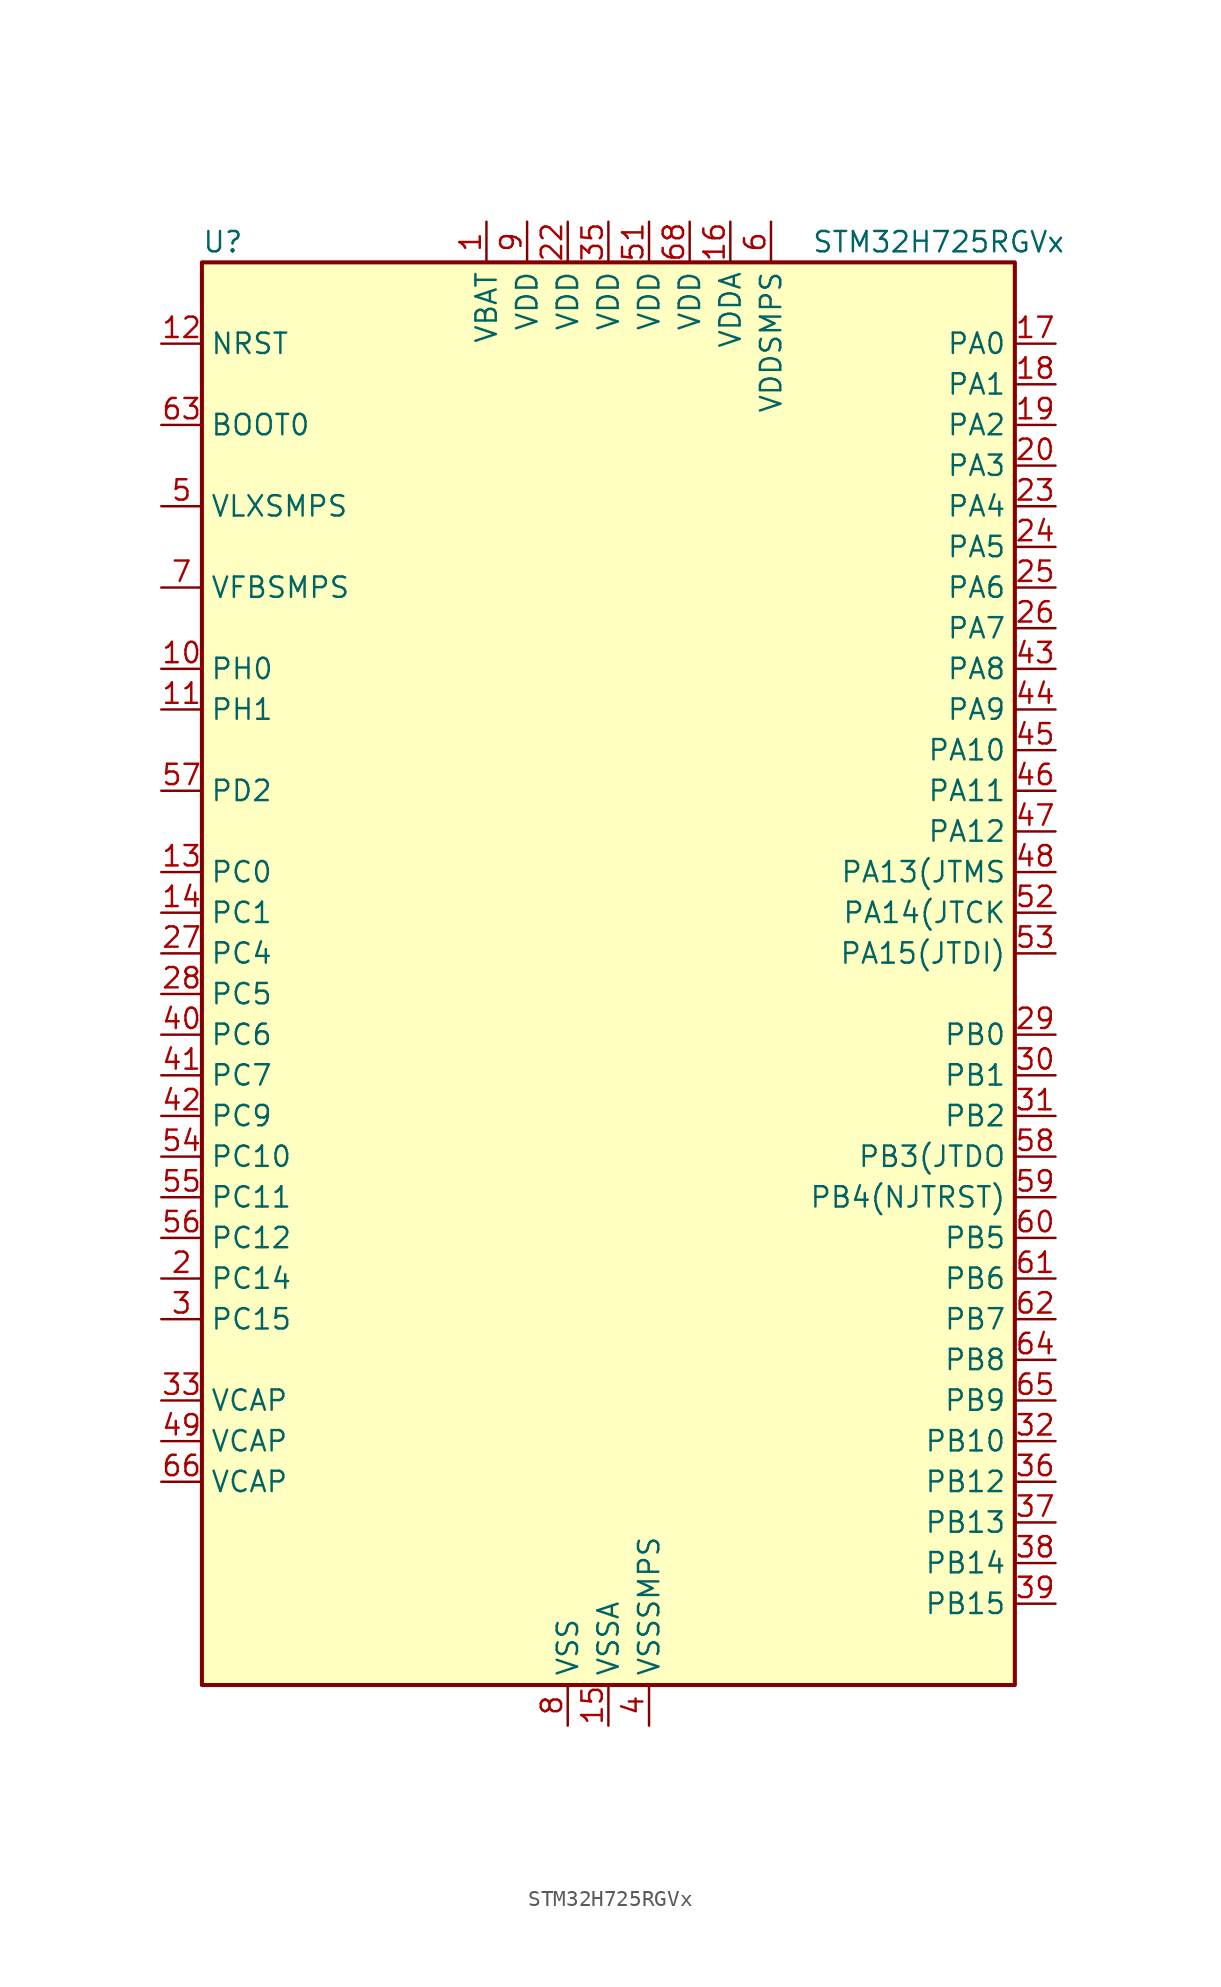
<source format=kicad_sym>
(kicad_symbol_lib
  (version 20241209)
  (generator "kicad_symbol_editor")
  (generator_version "9.0")
  (symbol "STM32H725RGVx"
    (property "Reference" "U"
      (at -25.4 46.99 0)
      (effects (font (size 1.27 1.27)) (justify left)))
    (property "Value" "STM32H725RGVx"
      (at 12.7 46.99 0)
      (effects (font (size 1.27 1.27)) (justify left)))
    (symbol "STM32H725RGVx_0_1"
      (rectangle (start -25.4 -43.18) (end 25.4 45.72) (stroke (width 0.254) (type default)) (fill (type background))))
    (symbol "STM32H725RGVx_1_1"
      (pin input line (at -27.94 40.64 0) (length 2.54) (name "NRST" (effects (font (size 1.27 1.27)))) (number "12" (effects (font (size 1.27 1.27)))))
      (pin input line (at -27.94 35.56 0) (length 2.54) (name "BOOT0" (effects (font (size 1.27 1.27)))) (number "63" (effects (font (size 1.27 1.27)))))
      (pin power_in line (at -27.94 30.48 0) (length 2.54) (name "VLXSMPS" (effects (font (size 1.27 1.27)))) (number "5" (effects (font (size 1.27 1.27)))))
      (pin input line (at -27.94 25.4 0) (length 2.54) (name "VFBSMPS" (effects (font (size 1.27 1.27)))) (number "7" (effects (font (size 1.27 1.27)))))
      (pin bidirectional line (at -27.94 20.32 0) (length 2.54) (name "PH0" (effects (font (size 1.27 1.27)))) (number "10" (effects (font (size 1.27 1.27)))) (alternate "RCC_OSC_IN" bidirectional line))
      (pin bidirectional line (at -27.94 17.78 0) (length 2.54) (name "PH1" (effects (font (size 1.27 1.27)))) (number "11" (effects (font (size 1.27 1.27)))) (alternate "RCC_OSC_OUT" bidirectional line))
      (pin bidirectional line (at -27.94 12.7 0) (length 2.54) (name "PD2" (effects (font (size 1.27 1.27)))) (number "57" (effects (font (size 1.27 1.27)))) (alternate "DCMI_D11" bidirectional line) (alternate "DEBUG_TRACED2" bidirectional line) (alternate "LTDC_B2" bidirectional line) (alternate "LTDC_B7" bidirectional line) (alternate "PSSI_D11" bidirectional line) (alternate "SDMMC1_CMD" bidirectional line) (alternate "TIM15_BKIN" bidirectional line) (alternate "TIM3_ETR" bidirectional line) (alternate "UART5_RX" bidirectional line))
      (pin bidirectional line (at -27.94 7.62 0) (length 2.54) (name "PC0" (effects (font (size 1.27 1.27)))) (number "13" (effects (font (size 1.27 1.27)))) (alternate "ADC1_INP10" bidirectional line) (alternate "ADC2_INP10" bidirectional line) (alternate "ADC3_INP10" bidirectional line) (alternate "DFSDM1_CKIN0" bidirectional line) (alternate "DFSDM1_DATIN4" bidirectional line) (alternate "LTDC_G2" bidirectional line) (alternate "LTDC_R5" bidirectional line) (alternate "SAI4_FS_B" bidirectional line) (alternate "USB_OTG_HS_ULPI_STP" bidirectional line))
      (pin bidirectional line (at -27.94 5.08 0) (length 2.54) (name "PC1" (effects (font (size 1.27 1.27)))) (number "14" (effects (font (size 1.27 1.27)))) (alternate "ADC1_INN10" bidirectional line) (alternate "ADC1_INP11" bidirectional line) (alternate "ADC2_INN10" bidirectional line) (alternate "ADC2_INP11" bidirectional line) (alternate "ADC3_INN10" bidirectional line) (alternate "ADC3_INP11" bidirectional line) (alternate "DEBUG_TRACED0" bidirectional line) (alternate "DFSDM1_CKIN4" bidirectional line) (alternate "DFSDM1_DATIN0" bidirectional line) (alternate "I2S2_SDO" bidirectional line) (alternate "LTDC_G5" bidirectional line) (alternate "MDIOS_MDC" bidirectional line) (alternate "OCTOSPIM_P1_IO4" bidirectional line) (alternate "PWR_WKUP6" bidirectional line) (alternate "RTC_TAMP3" bidirectional line) (alternate "SAI4_D1" bidirectional line) (alternate "SAI4_SD_A" bidirectional line) (alternate "SDMMC2_CK" bidirectional line) (alternate "SPI2_MOSI" bidirectional line))
      (pin bidirectional line (at -27.94 2.54 0) (length 2.54) (name "PC4" (effects (font (size 1.27 1.27)))) (number "27" (effects (font (size 1.27 1.27)))) (alternate "ADC1_INP4" bidirectional line) (alternate "ADC2_INP4" bidirectional line) (alternate "COMP1_INM" bidirectional line) (alternate "DFSDM1_CKIN2" bidirectional line) (alternate "I2S1_MCK" bidirectional line) (alternate "LTDC_R7" bidirectional line) (alternate "OPAMP1_VOUT" bidirectional line) (alternate "SDMMC2_CKIN" bidirectional line) (alternate "SPDIFRX1_IN2" bidirectional line))
      (pin bidirectional line (at -27.94 0 0) (length 2.54) (name "PC5" (effects (font (size 1.27 1.27)))) (number "28" (effects (font (size 1.27 1.27)))) (alternate "ADC1_INN4" bidirectional line) (alternate "ADC1_INP8" bidirectional line) (alternate "ADC2_INN4" bidirectional line) (alternate "ADC2_INP8" bidirectional line) (alternate "COMP1_OUT" bidirectional line) (alternate "DFSDM1_DATIN2" bidirectional line) (alternate "LTDC_DE" bidirectional line) (alternate "OCTOSPIM_P1_DQS" bidirectional line) (alternate "OPAMP1_VINM" bidirectional line) (alternate "PSSI_D15" bidirectional line) (alternate "SAI4_D3" bidirectional line) (alternate "SPDIFRX1_IN3" bidirectional line))
      (pin bidirectional line (at -27.94 -2.54 0) (length 2.54) (name "PC6" (effects (font (size 1.27 1.27)))) (number "40" (effects (font (size 1.27 1.27)))) (alternate "DCMI_D0" bidirectional line) (alternate "DFSDM1_CKIN3" bidirectional line) (alternate "I2S2_MCK" bidirectional line) (alternate "LTDC_HSYNC" bidirectional line) (alternate "PSSI_D0" bidirectional line) (alternate "SDMMC1_D0DIR" bidirectional line) (alternate "SDMMC1_D6" bidirectional line) (alternate "SDMMC2_D6" bidirectional line) (alternate "SWPMI1_IO" bidirectional line) (alternate "TIM3_CH1" bidirectional line) (alternate "TIM8_CH1" bidirectional line))
      (pin bidirectional line (at -27.94 -5.08 0) (length 2.54) (name "PC7" (effects (font (size 1.27 1.27)))) (number "41" (effects (font (size 1.27 1.27)))) (alternate "DCMI_D1" bidirectional line) (alternate "DEBUG_TRGIO" bidirectional line) (alternate "DFSDM1_DATIN3" bidirectional line) (alternate "I2S3_MCK" bidirectional line) (alternate "LTDC_G6" bidirectional line) (alternate "PSSI_D1" bidirectional line) (alternate "SDMMC1_D123DIR" bidirectional line) (alternate "SDMMC1_D7" bidirectional line) (alternate "SDMMC2_D7" bidirectional line) (alternate "SWPMI1_TX" bidirectional line) (alternate "TIM3_CH2" bidirectional line) (alternate "TIM8_CH2" bidirectional line))
      (pin bidirectional line (at -27.94 -7.62 0) (length 2.54) (name "PC9" (effects (font (size 1.27 1.27)))) (number "42" (effects (font (size 1.27 1.27)))) (alternate "DAC1_EXTI9" bidirectional line) (alternate "DCMI_D3" bidirectional line) (alternate "I2C3_SDA" bidirectional line) (alternate "I2S_CKIN" bidirectional line) (alternate "LTDC_B2" bidirectional line) (alternate "LTDC_G3" bidirectional line) (alternate "OCTOSPIM_P1_IO0" bidirectional line) (alternate "PSSI_D3" bidirectional line) (alternate "RCC_MCO_2" bidirectional line) (alternate "SDMMC1_D1" bidirectional line) (alternate "SWPMI1_SUSPEND" bidirectional line) (alternate "TIM3_CH4" bidirectional line) (alternate "TIM8_CH4" bidirectional line) (alternate "UART5_CTS" bidirectional line))
      (pin bidirectional line (at -27.94 -10.16 0) (length 2.54) (name "PC10" (effects (font (size 1.27 1.27)))) (number "54" (effects (font (size 1.27 1.27)))) (alternate "DCMI_D8" bidirectional line) (alternate "DFSDM1_CKIN5" bidirectional line) (alternate "I2S3_CK" bidirectional line) (alternate "LTDC_B1" bidirectional line) (alternate "LTDC_R2" bidirectional line) (alternate "OCTOSPIM_P1_IO1" bidirectional line) (alternate "PSSI_D8" bidirectional line) (alternate "SDMMC1_D2" bidirectional line) (alternate "SPI3_SCK" bidirectional line) (alternate "SWPMI1_RX" bidirectional line) (alternate "UART4_TX" bidirectional line) (alternate "USART3_TX" bidirectional line))
      (pin bidirectional line (at -27.94 -12.7 0) (length 2.54) (name "PC11" (effects (font (size 1.27 1.27)))) (number "55" (effects (font (size 1.27 1.27)))) (alternate "ADC1_EXTI11" bidirectional line) (alternate "ADC2_EXTI11" bidirectional line) (alternate "ADC3_EXTI11" bidirectional line) (alternate "DCMI_D4" bidirectional line) (alternate "DFSDM1_DATIN5" bidirectional line) (alternate "I2S3_SDI" bidirectional line) (alternate "LTDC_B4" bidirectional line) (alternate "OCTOSPIM_P1_NCS" bidirectional line) (alternate "PSSI_D4" bidirectional line) (alternate "SDMMC1_D3" bidirectional line) (alternate "SPI3_MISO" bidirectional line) (alternate "UART4_RX" bidirectional line) (alternate "USART3_RX" bidirectional line))
      (pin bidirectional line (at -27.94 -15.24 0) (length 2.54) (name "PC12" (effects (font (size 1.27 1.27)))) (number "56" (effects (font (size 1.27 1.27)))) (alternate "DCMI_D9" bidirectional line) (alternate "DEBUG_TRACED3" bidirectional line) (alternate "I2S3_SDO" bidirectional line) (alternate "I2S6_CK" bidirectional line) (alternate "LTDC_R6" bidirectional line) (alternate "PSSI_D9" bidirectional line) (alternate "SDMMC1_CK" bidirectional line) (alternate "SPI3_MOSI" bidirectional line) (alternate "SPI6_SCK" bidirectional line) (alternate "TIM15_CH1" bidirectional line) (alternate "UART5_TX" bidirectional line) (alternate "USART3_CK" bidirectional line))
      (pin bidirectional line (at -27.94 -17.78 0) (length 2.54) (name "PC14" (effects (font (size 1.27 1.27)))) (number "2" (effects (font (size 1.27 1.27)))) (alternate "RCC_OSC32_IN" bidirectional line))
      (pin bidirectional line (at -27.94 -20.32 0) (length 2.54) (name "PC15" (effects (font (size 1.27 1.27)))) (number "3" (effects (font (size 1.27 1.27)))) (alternate "ADC1_EXTI15" bidirectional line) (alternate "ADC2_EXTI15" bidirectional line) (alternate "ADC3_EXTI15" bidirectional line) (alternate "RCC_OSC32_OUT" bidirectional line))
      (pin power_out line (at -27.94 -25.4 0) (length 2.54) (name "VCAP" (effects (font (size 1.27 1.27)))) (number "33" (effects (font (size 1.27 1.27)))))
      (pin power_out line (at -27.94 -27.94 0) (length 2.54) (name "VCAP" (effects (font (size 1.27 1.27)))) (number "49" (effects (font (size 1.27 1.27)))))
      (pin power_out line (at -27.94 -30.48 0) (length 2.54) (name "VCAP" (effects (font (size 1.27 1.27)))) (number "66" (effects (font (size 1.27 1.27)))))
      (pin power_in line (at -7.62 48.26 270) (length 2.54) (name "VBAT" (effects (font (size 1.27 1.27)))) (number "1" (effects (font (size 1.27 1.27)))))
      (pin power_in line (at -5.08 48.26 270) (length 2.54) (name "VDD" (effects (font (size 1.27 1.27)))) (number "9" (effects (font (size 1.27 1.27)))))
      (pin power_in line (at -2.54 48.26 270) (length 2.54) (name "VDD" (effects (font (size 1.27 1.27)))) (number "22" (effects (font (size 1.27 1.27)))))
      (pin passive line (at -2.54 -45.72 90) (length 2.54) (hide yes) (name "VSS" (effects (font (size 1.27 1.27)))) (number "21" (effects (font (size 1.27 1.27)))))
      (pin passive line (at -2.54 -45.72 90) (length 2.54) (hide yes) (name "VSS" (effects (font (size 1.27 1.27)))) (number "34" (effects (font (size 1.27 1.27)))))
      (pin passive line (at -2.54 -45.72 90) (length 2.54) (hide yes) (name "VSS" (effects (font (size 1.27 1.27)))) (number "50" (effects (font (size 1.27 1.27)))))
      (pin passive line (at -2.54 -45.72 90) (length 2.54) (hide yes) (name "VSS" (effects (font (size 1.27 1.27)))) (number "67" (effects (font (size 1.27 1.27)))))
      (pin passive line (at -2.54 -45.72 90) (length 2.54) (hide yes) (name "VSS" (effects (font (size 1.27 1.27)))) (number "69" (effects (font (size 1.27 1.27)))))
      (pin power_in line (at -2.54 -45.72 90) (length 2.54) (name "VSS" (effects (font (size 1.27 1.27)))) (number "8" (effects (font (size 1.27 1.27)))))
      (pin power_in line (at 0 48.26 270) (length 2.54) (name "VDD" (effects (font (size 1.27 1.27)))) (number "35" (effects (font (size 1.27 1.27)))))
      (pin power_in line (at 0 -45.72 90) (length 2.54) (name "VSSA" (effects (font (size 1.27 1.27)))) (number "15" (effects (font (size 1.27 1.27)))))
      (pin power_in line (at 2.54 48.26 270) (length 2.54) (name "VDD" (effects (font (size 1.27 1.27)))) (number "51" (effects (font (size 1.27 1.27)))))
      (pin power_in line (at 2.54 -45.72 90) (length 2.54) (name "VSSSMPS" (effects (font (size 1.27 1.27)))) (number "4" (effects (font (size 1.27 1.27)))))
      (pin power_in line (at 5.08 48.26 270) (length 2.54) (name "VDD" (effects (font (size 1.27 1.27)))) (number "68" (effects (font (size 1.27 1.27)))))
      (pin power_in line (at 7.62 48.26 270) (length 2.54) (name "VDDA" (effects (font (size 1.27 1.27)))) (number "16" (effects (font (size 1.27 1.27)))))
      (pin power_in line (at 10.16 48.26 270) (length 2.54) (name "VDDSMPS" (effects (font (size 1.27 1.27)))) (number "6" (effects (font (size 1.27 1.27)))))
      (pin bidirectional line (at 27.94 40.64 180) (length 2.54) (name "PA0" (effects (font (size 1.27 1.27)))) (number "17" (effects (font (size 1.27 1.27)))) (alternate "ADC1_INP16" bidirectional line) (alternate "I2S6_WS" bidirectional line) (alternate "PWR_WKUP1" bidirectional line) (alternate "SAI4_SD_B" bidirectional line) (alternate "SDMMC2_CMD" bidirectional line) (alternate "SPI6_NSS" bidirectional line) (alternate "TIM15_BKIN" bidirectional line) (alternate "TIM2_CH1" bidirectional line) (alternate "TIM2_ETR" bidirectional line) (alternate "TIM5_CH1" bidirectional line) (alternate "TIM8_ETR" bidirectional line) (alternate "UART4_TX" bidirectional line) (alternate "USART2_CTS" bidirectional line) (alternate "USART2_NSS" bidirectional line))
      (pin bidirectional line (at 27.94 38.1 180) (length 2.54) (name "PA1" (effects (font (size 1.27 1.27)))) (number "18" (effects (font (size 1.27 1.27)))) (alternate "ADC1_INN16" bidirectional line) (alternate "ADC1_INP17" bidirectional line) (alternate "LPTIM3_OUT" bidirectional line) (alternate "LTDC_R2" bidirectional line) (alternate "OCTOSPIM_P1_DQS" bidirectional line) (alternate "OCTOSPIM_P1_IO3" bidirectional line) (alternate "SAI4_MCLK_B" bidirectional line) (alternate "TIM15_CH1N" bidirectional line) (alternate "TIM2_CH2" bidirectional line) (alternate "TIM5_CH2" bidirectional line) (alternate "UART4_RX" bidirectional line) (alternate "USART2_DE" bidirectional line) (alternate "USART2_RTS" bidirectional line))
      (pin bidirectional line (at 27.94 35.56 180) (length 2.54) (name "PA2" (effects (font (size 1.27 1.27)))) (number "19" (effects (font (size 1.27 1.27)))) (alternate "ADC1_INP14" bidirectional line) (alternate "ADC2_INP14" bidirectional line) (alternate "LPTIM4_OUT" bidirectional line) (alternate "LTDC_R1" bidirectional line) (alternate "MDIOS_MDIO" bidirectional line) (alternate "OCTOSPIM_P1_IO0" bidirectional line) (alternate "PWR_WKUP2" bidirectional line) (alternate "SAI4_SCK_B" bidirectional line) (alternate "TIM15_CH1" bidirectional line) (alternate "TIM2_CH3" bidirectional line) (alternate "TIM5_CH3" bidirectional line) (alternate "USART2_TX" bidirectional line))
      (pin bidirectional line (at 27.94 33.02 180) (length 2.54) (name "PA3" (effects (font (size 1.27 1.27)))) (number "20" (effects (font (size 1.27 1.27)))) (alternate "ADC1_INP15" bidirectional line) (alternate "ADC2_INP15" bidirectional line) (alternate "I2S6_MCK" bidirectional line) (alternate "LPTIM5_OUT" bidirectional line) (alternate "LTDC_B2" bidirectional line) (alternate "LTDC_B5" bidirectional line) (alternate "OCTOSPIM_P1_CLK" bidirectional line) (alternate "OCTOSPIM_P1_IO2" bidirectional line) (alternate "TIM15_CH2" bidirectional line) (alternate "TIM2_CH4" bidirectional line) (alternate "TIM5_CH4" bidirectional line) (alternate "USART2_RX" bidirectional line) (alternate "USB_OTG_HS_ULPI_D0" bidirectional line))
      (pin bidirectional line (at 27.94 30.48 180) (length 2.54) (name "PA4" (effects (font (size 1.27 1.27)))) (number "23" (effects (font (size 1.27 1.27)))) (alternate "ADC1_INP18" bidirectional line) (alternate "ADC2_INP18" bidirectional line) (alternate "DAC1_OUT1" bidirectional line) (alternate "DCMI_HSYNC" bidirectional line) (alternate "I2S1_WS" bidirectional line) (alternate "I2S3_WS" bidirectional line) (alternate "I2S6_WS" bidirectional line) (alternate "LTDC_VSYNC" bidirectional line) (alternate "PSSI_DE" bidirectional line) (alternate "SPI1_NSS" bidirectional line) (alternate "SPI3_NSS" bidirectional line) (alternate "SPI6_NSS" bidirectional line) (alternate "TIM5_ETR" bidirectional line) (alternate "USART2_CK" bidirectional line))
      (pin bidirectional line (at 27.94 27.94 180) (length 2.54) (name "PA5" (effects (font (size 1.27 1.27)))) (number "24" (effects (font (size 1.27 1.27)))) (alternate "ADC1_INN18" bidirectional line) (alternate "ADC1_INP19" bidirectional line) (alternate "ADC2_INN18" bidirectional line) (alternate "ADC2_INP19" bidirectional line) (alternate "DAC1_OUT2" bidirectional line) (alternate "I2S1_CK" bidirectional line) (alternate "I2S6_CK" bidirectional line) (alternate "LTDC_R4" bidirectional line) (alternate "PSSI_D14" bidirectional line) (alternate "PWR_NDSTOP2" bidirectional line) (alternate "SPI1_SCK" bidirectional line) (alternate "SPI6_SCK" bidirectional line) (alternate "TIM2_CH1" bidirectional line) (alternate "TIM2_ETR" bidirectional line) (alternate "TIM8_CH1N" bidirectional line) (alternate "USB_OTG_HS_ULPI_CK" bidirectional line))
      (pin bidirectional line (at 27.94 25.4 180) (length 2.54) (name "PA6" (effects (font (size 1.27 1.27)))) (number "25" (effects (font (size 1.27 1.27)))) (alternate "ADC1_INP3" bidirectional line) (alternate "ADC2_INP3" bidirectional line) (alternate "DCMI_PIXCLK" bidirectional line) (alternate "I2S1_SDI" bidirectional line) (alternate "I2S6_SDI" bidirectional line) (alternate "LTDC_G2" bidirectional line) (alternate "MDIOS_MDC" bidirectional line) (alternate "OCTOSPIM_P1_IO3" bidirectional line) (alternate "PSSI_PDCK" bidirectional line) (alternate "SPI1_MISO" bidirectional line) (alternate "SPI6_MISO" bidirectional line) (alternate "TIM13_CH1" bidirectional line) (alternate "TIM1_BKIN" bidirectional line) (alternate "TIM1_BKIN_COMP1" bidirectional line) (alternate "TIM1_BKIN_COMP2" bidirectional line) (alternate "TIM3_CH1" bidirectional line) (alternate "TIM8_BKIN" bidirectional line) (alternate "TIM8_BKIN_COMP1" bidirectional line) (alternate "TIM8_BKIN_COMP2" bidirectional line))
      (pin bidirectional line (at 27.94 22.86 180) (length 2.54) (name "PA7" (effects (font (size 1.27 1.27)))) (number "26" (effects (font (size 1.27 1.27)))) (alternate "ADC1_INN3" bidirectional line) (alternate "ADC1_INP7" bidirectional line) (alternate "ADC2_INN3" bidirectional line) (alternate "ADC2_INP7" bidirectional line) (alternate "I2S1_SDO" bidirectional line) (alternate "I2S6_SDO" bidirectional line) (alternate "LTDC_VSYNC" bidirectional line) (alternate "OCTOSPIM_P1_IO2" bidirectional line) (alternate "OPAMP1_VINM" bidirectional line) (alternate "SPI1_MOSI" bidirectional line) (alternate "SPI6_MOSI" bidirectional line) (alternate "TIM14_CH1" bidirectional line) (alternate "TIM1_CH1N" bidirectional line) (alternate "TIM3_CH2" bidirectional line) (alternate "TIM8_CH1N" bidirectional line))
      (pin bidirectional line (at 27.94 20.32 180) (length 2.54) (name "PA8" (effects (font (size 1.27 1.27)))) (number "43" (effects (font (size 1.27 1.27)))) (alternate "I2C3_SCL" bidirectional line) (alternate "LTDC_B3" bidirectional line) (alternate "LTDC_R6" bidirectional line) (alternate "RCC_MCO_1" bidirectional line) (alternate "TIM1_CH1" bidirectional line) (alternate "TIM8_BKIN2" bidirectional line) (alternate "TIM8_BKIN2_COMP1" bidirectional line) (alternate "TIM8_BKIN2_COMP2" bidirectional line) (alternate "UART7_RX" bidirectional line) (alternate "USART1_CK" bidirectional line) (alternate "USB_OTG_HS_SOF" bidirectional line))
      (pin bidirectional line (at 27.94 17.78 180) (length 2.54) (name "PA9" (effects (font (size 1.27 1.27)))) (number "44" (effects (font (size 1.27 1.27)))) (alternate "DAC1_EXTI9" bidirectional line) (alternate "DCMI_D0" bidirectional line) (alternate "I2C3_SMBA" bidirectional line) (alternate "I2S2_CK" bidirectional line) (alternate "LPUART1_TX" bidirectional line) (alternate "LTDC_R5" bidirectional line) (alternate "PSSI_D0" bidirectional line) (alternate "SPI2_SCK" bidirectional line) (alternate "TIM1_CH2" bidirectional line) (alternate "USART1_TX" bidirectional line) (alternate "USB_OTG_HS_VBUS" bidirectional line))
      (pin bidirectional line (at 27.94 15.24 180) (length 2.54) (name "PA10" (effects (font (size 1.27 1.27)))) (number "45" (effects (font (size 1.27 1.27)))) (alternate "DCMI_D1" bidirectional line) (alternate "LPUART1_RX" bidirectional line) (alternate "LTDC_B1" bidirectional line) (alternate "LTDC_B4" bidirectional line) (alternate "MDIOS_MDIO" bidirectional line) (alternate "PSSI_D1" bidirectional line) (alternate "TIM1_CH3" bidirectional line) (alternate "USART1_RX" bidirectional line) (alternate "USB_OTG_HS_ID" bidirectional line))
      (pin bidirectional line (at 27.94 12.7 180) (length 2.54) (name "PA11" (effects (font (size 1.27 1.27)))) (number "46" (effects (font (size 1.27 1.27)))) (alternate "ADC1_EXTI11" bidirectional line) (alternate "ADC2_EXTI11" bidirectional line) (alternate "ADC3_EXTI11" bidirectional line) (alternate "FDCAN1_RX" bidirectional line) (alternate "I2S2_WS" bidirectional line) (alternate "LPUART1_CTS" bidirectional line) (alternate "LTDC_R4" bidirectional line) (alternate "SPI2_NSS" bidirectional line) (alternate "TIM1_CH4" bidirectional line) (alternate "UART4_RX" bidirectional line) (alternate "USART1_CTS" bidirectional line) (alternate "USART1_NSS" bidirectional line) (alternate "USB_OTG_HS_DM" bidirectional line))
      (pin bidirectional line (at 27.94 10.16 180) (length 2.54) (name "PA12" (effects (font (size 1.27 1.27)))) (number "47" (effects (font (size 1.27 1.27)))) (alternate "FDCAN1_TX" bidirectional line) (alternate "I2S2_CK" bidirectional line) (alternate "LPUART1_DE" bidirectional line) (alternate "LPUART1_RTS" bidirectional line) (alternate "LTDC_R5" bidirectional line) (alternate "SAI4_FS_B" bidirectional line) (alternate "SPI2_SCK" bidirectional line) (alternate "TIM1_BKIN2" bidirectional line) (alternate "TIM1_ETR" bidirectional line) (alternate "UART4_TX" bidirectional line) (alternate "USART1_DE" bidirectional line) (alternate "USART1_RTS" bidirectional line) (alternate "USB_OTG_HS_DP" bidirectional line))
      (pin bidirectional line (at 27.94 7.62 180) (length 2.54) (name "PA13(JTMS" (effects (font (size 1.27 1.27)))) (number "48" (effects (font (size 1.27 1.27)))) (alternate "DEBUG_JTMS-SWDIO" bidirectional line))
      (pin bidirectional line (at 27.94 5.08 180) (length 2.54) (name "PA14(JTCK" (effects (font (size 1.27 1.27)))) (number "52" (effects (font (size 1.27 1.27)))) (alternate "DEBUG_JTCK-SWCLK" bidirectional line))
      (pin bidirectional line (at 27.94 2.54 180) (length 2.54) (name "PA15(JTDI)" (effects (font (size 1.27 1.27)))) (number "53" (effects (font (size 1.27 1.27)))) (alternate "ADC1_EXTI15" bidirectional line) (alternate "ADC2_EXTI15" bidirectional line) (alternate "ADC3_EXTI15" bidirectional line) (alternate "CEC" bidirectional line) (alternate "DEBUG_JTDI" bidirectional line) (alternate "I2S1_WS" bidirectional line) (alternate "I2S3_WS" bidirectional line) (alternate "I2S6_WS" bidirectional line) (alternate "LTDC_B6" bidirectional line) (alternate "LTDC_R3" bidirectional line) (alternate "SPI1_NSS" bidirectional line) (alternate "SPI3_NSS" bidirectional line) (alternate "SPI6_NSS" bidirectional line) (alternate "TIM2_CH1" bidirectional line) (alternate "TIM2_ETR" bidirectional line) (alternate "UART4_DE" bidirectional line) (alternate "UART4_RTS" bidirectional line) (alternate "UART7_TX" bidirectional line))
      (pin bidirectional line (at 27.94 -2.54 180) (length 2.54) (name "PB0" (effects (font (size 1.27 1.27)))) (number "29" (effects (font (size 1.27 1.27)))) (alternate "ADC1_INN5" bidirectional line) (alternate "ADC1_INP9" bidirectional line) (alternate "ADC2_INN5" bidirectional line) (alternate "ADC2_INP9" bidirectional line) (alternate "COMP1_INP" bidirectional line) (alternate "DFSDM1_CKOUT" bidirectional line) (alternate "LTDC_G1" bidirectional line) (alternate "LTDC_R3" bidirectional line) (alternate "OCTOSPIM_P1_IO1" bidirectional line) (alternate "OPAMP1_VINP" bidirectional line) (alternate "TIM1_CH2N" bidirectional line) (alternate "TIM3_CH3" bidirectional line) (alternate "TIM8_CH2N" bidirectional line) (alternate "UART4_CTS" bidirectional line) (alternate "USB_OTG_HS_ULPI_D1" bidirectional line))
      (pin bidirectional line (at 27.94 -5.08 180) (length 2.54) (name "PB1" (effects (font (size 1.27 1.27)))) (number "30" (effects (font (size 1.27 1.27)))) (alternate "ADC1_INP5" bidirectional line) (alternate "ADC2_INP5" bidirectional line) (alternate "COMP1_INM" bidirectional line) (alternate "DFSDM1_DATIN1" bidirectional line) (alternate "LTDC_G0" bidirectional line) (alternate "LTDC_R6" bidirectional line) (alternate "OCTOSPIM_P1_IO0" bidirectional line) (alternate "TIM1_CH3N" bidirectional line) (alternate "TIM3_CH4" bidirectional line) (alternate "TIM8_CH3N" bidirectional line) (alternate "USB_OTG_HS_ULPI_D2" bidirectional line))
      (pin bidirectional line (at 27.94 -7.62 180) (length 2.54) (name "PB2" (effects (font (size 1.27 1.27)))) (number "31" (effects (font (size 1.27 1.27)))) (alternate "COMP1_INP" bidirectional line) (alternate "DFSDM1_CKIN1" bidirectional line) (alternate "I2S3_SDO" bidirectional line) (alternate "OCTOSPIM_P1_CLK" bidirectional line) (alternate "OCTOSPIM_P1_DQS" bidirectional line) (alternate "RTC_OUT_ALARM" bidirectional line) (alternate "RTC_OUT_CALIB" bidirectional line) (alternate "SAI4_D1" bidirectional line) (alternate "SAI4_SD_A" bidirectional line) (alternate "SPI3_MOSI" bidirectional line) (alternate "TIM23_ETR" bidirectional line))
      (pin bidirectional line (at 27.94 -10.16 180) (length 2.54) (name "PB3(JTDO" (effects (font (size 1.27 1.27)))) (number "58" (effects (font (size 1.27 1.27)))) (alternate "CRS_SYNC" bidirectional line) (alternate "DEBUG_JTDO-SWO" bidirectional line) (alternate "I2S1_CK" bidirectional line) (alternate "I2S3_CK" bidirectional line) (alternate "I2S6_CK" bidirectional line) (alternate "SDMMC2_D2" bidirectional line) (alternate "SPI1_SCK" bidirectional line) (alternate "SPI3_SCK" bidirectional line) (alternate "SPI6_SCK" bidirectional line) (alternate "TIM24_ETR" bidirectional line) (alternate "TIM2_CH2" bidirectional line) (alternate "UART7_RX" bidirectional line))
      (pin bidirectional line (at 27.94 -12.7 180) (length 2.54) (name "PB4(NJTRST)" (effects (font (size 1.27 1.27)))) (number "59" (effects (font (size 1.27 1.27)))) (alternate "DEBUG_JTRST" bidirectional line) (alternate "I2S1_SDI" bidirectional line) (alternate "I2S2_WS" bidirectional line) (alternate "I2S3_SDI" bidirectional line) (alternate "I2S6_SDI" bidirectional line) (alternate "SDMMC2_D3" bidirectional line) (alternate "SPI1_MISO" bidirectional line) (alternate "SPI2_NSS" bidirectional line) (alternate "SPI3_MISO" bidirectional line) (alternate "SPI6_MISO" bidirectional line) (alternate "TIM16_BKIN" bidirectional line) (alternate "TIM3_CH1" bidirectional line) (alternate "UART7_TX" bidirectional line))
      (pin bidirectional line (at 27.94 -15.24 180) (length 2.54) (name "PB5" (effects (font (size 1.27 1.27)))) (number "60" (effects (font (size 1.27 1.27)))) (alternate "DCMI_D10" bidirectional line) (alternate "FDCAN2_RX" bidirectional line) (alternate "I2C1_SMBA" bidirectional line) (alternate "I2C4_SMBA" bidirectional line) (alternate "I2S1_SDO" bidirectional line) (alternate "I2S3_SDO" bidirectional line) (alternate "I2S6_SDO" bidirectional line) (alternate "LTDC_B5" bidirectional line) (alternate "PSSI_D10" bidirectional line) (alternate "SPI1_MOSI" bidirectional line) (alternate "SPI3_MOSI" bidirectional line) (alternate "SPI6_MOSI" bidirectional line) (alternate "TIM17_BKIN" bidirectional line) (alternate "TIM3_CH2" bidirectional line) (alternate "UART5_RX" bidirectional line) (alternate "USB_OTG_HS_ULPI_D7" bidirectional line))
      (pin bidirectional line (at 27.94 -17.78 180) (length 2.54) (name "PB6" (effects (font (size 1.27 1.27)))) (number "61" (effects (font (size 1.27 1.27)))) (alternate "CEC" bidirectional line) (alternate "DCMI_D5" bidirectional line) (alternate "DFSDM1_DATIN5" bidirectional line) (alternate "FDCAN2_TX" bidirectional line) (alternate "I2C1_SCL" bidirectional line) (alternate "I2C4_SCL" bidirectional line) (alternate "LPUART1_TX" bidirectional line) (alternate "OCTOSPIM_P1_NCS" bidirectional line) (alternate "PSSI_D5" bidirectional line) (alternate "TIM16_CH1N" bidirectional line) (alternate "TIM4_CH1" bidirectional line) (alternate "UART5_TX" bidirectional line) (alternate "USART1_TX" bidirectional line))
      (pin bidirectional line (at 27.94 -20.32 180) (length 2.54) (name "PB7" (effects (font (size 1.27 1.27)))) (number "62" (effects (font (size 1.27 1.27)))) (alternate "DCMI_VSYNC" bidirectional line) (alternate "DFSDM1_CKIN5" bidirectional line) (alternate "I2C1_SDA" bidirectional line) (alternate "I2C4_SDA" bidirectional line) (alternate "LPUART1_RX" bidirectional line) (alternate "PSSI_RDY" bidirectional line) (alternate "PWR_PVD_IN" bidirectional line) (alternate "TIM17_CH1N" bidirectional line) (alternate "TIM4_CH2" bidirectional line) (alternate "USART1_RX" bidirectional line))
      (pin bidirectional line (at 27.94 -22.86 180) (length 2.54) (name "PB8" (effects (font (size 1.27 1.27)))) (number "64" (effects (font (size 1.27 1.27)))) (alternate "DCMI_D6" bidirectional line) (alternate "DFSDM1_CKIN7" bidirectional line) (alternate "FDCAN1_RX" bidirectional line) (alternate "I2C1_SCL" bidirectional line) (alternate "I2C4_SCL" bidirectional line) (alternate "LTDC_B6" bidirectional line) (alternate "PSSI_D6" bidirectional line) (alternate "SDMMC1_CKIN" bidirectional line) (alternate "SDMMC1_D4" bidirectional line) (alternate "SDMMC2_D4" bidirectional line) (alternate "TIM16_CH1" bidirectional line) (alternate "TIM4_CH3" bidirectional line) (alternate "UART4_RX" bidirectional line))
      (pin bidirectional line (at 27.94 -25.4 180) (length 2.54) (name "PB9" (effects (font (size 1.27 1.27)))) (number "65" (effects (font (size 1.27 1.27)))) (alternate "DAC1_EXTI9" bidirectional line) (alternate "DCMI_D7" bidirectional line) (alternate "DFSDM1_DATIN7" bidirectional line) (alternate "FDCAN1_TX" bidirectional line) (alternate "I2C1_SDA" bidirectional line) (alternate "I2C4_SDA" bidirectional line) (alternate "I2C4_SMBA" bidirectional line) (alternate "I2S2_WS" bidirectional line) (alternate "LTDC_B7" bidirectional line) (alternate "PSSI_D7" bidirectional line) (alternate "SDMMC1_CDIR" bidirectional line) (alternate "SDMMC1_D5" bidirectional line) (alternate "SDMMC2_D5" bidirectional line) (alternate "SPI2_NSS" bidirectional line) (alternate "TIM17_CH1" bidirectional line) (alternate "TIM4_CH4" bidirectional line) (alternate "UART4_TX" bidirectional line))
      (pin bidirectional line (at 27.94 -27.94 180) (length 2.54) (name "PB10" (effects (font (size 1.27 1.27)))) (number "32" (effects (font (size 1.27 1.27)))) (alternate "DFSDM1_DATIN7" bidirectional line) (alternate "I2C2_SCL" bidirectional line) (alternate "I2S2_CK" bidirectional line) (alternate "LPTIM2_IN1" bidirectional line) (alternate "LTDC_G4" bidirectional line) (alternate "OCTOSPIM_P1_NCS" bidirectional line) (alternate "SPI2_SCK" bidirectional line) (alternate "TIM2_CH3" bidirectional line) (alternate "USART3_TX" bidirectional line) (alternate "USB_OTG_HS_ULPI_D3" bidirectional line))
      (pin bidirectional line (at 27.94 -30.48 180) (length 2.54) (name "PB12" (effects (font (size 1.27 1.27)))) (number "36" (effects (font (size 1.27 1.27)))) (alternate "DFSDM1_DATIN1" bidirectional line) (alternate "FDCAN2_RX" bidirectional line) (alternate "I2C2_SMBA" bidirectional line) (alternate "I2S2_WS" bidirectional line) (alternate "OCTOSPIM_P1_IO0" bidirectional line) (alternate "OCTOSPIM_P1_NCLK" bidirectional line) (alternate "SPI2_NSS" bidirectional line) (alternate "TIM1_BKIN" bidirectional line) (alternate "TIM1_BKIN_COMP1" bidirectional line) (alternate "TIM1_BKIN_COMP2" bidirectional line) (alternate "UART5_RX" bidirectional line) (alternate "USART3_CK" bidirectional line) (alternate "USB_OTG_HS_ULPI_D5" bidirectional line))
      (pin bidirectional line (at 27.94 -33.02 180) (length 2.54) (name "PB13" (effects (font (size 1.27 1.27)))) (number "37" (effects (font (size 1.27 1.27)))) (alternate "DCMI_D2" bidirectional line) (alternate "DFSDM1_CKIN1" bidirectional line) (alternate "FDCAN2_TX" bidirectional line) (alternate "I2S2_CK" bidirectional line) (alternate "LPTIM2_OUT" bidirectional line) (alternate "OCTOSPIM_P1_IO2" bidirectional line) (alternate "PSSI_D2" bidirectional line) (alternate "SDMMC1_D0" bidirectional line) (alternate "SPI2_SCK" bidirectional line) (alternate "TIM1_CH1N" bidirectional line) (alternate "UART5_TX" bidirectional line) (alternate "USART3_CTS" bidirectional line) (alternate "USART3_NSS" bidirectional line) (alternate "USB_OTG_HS_ULPI_D6" bidirectional line))
      (pin bidirectional line (at 27.94 -35.56 180) (length 2.54) (name "PB14" (effects (font (size 1.27 1.27)))) (number "38" (effects (font (size 1.27 1.27)))) (alternate "DFSDM1_DATIN2" bidirectional line) (alternate "I2S2_SDI" bidirectional line) (alternate "LTDC_CLK" bidirectional line) (alternate "SDMMC2_D0" bidirectional line) (alternate "SPI2_MISO" bidirectional line) (alternate "TIM12_CH1" bidirectional line) (alternate "TIM1_CH2N" bidirectional line) (alternate "TIM8_CH2N" bidirectional line) (alternate "UART4_DE" bidirectional line) (alternate "UART4_RTS" bidirectional line) (alternate "USART1_TX" bidirectional line) (alternate "USART3_DE" bidirectional line) (alternate "USART3_RTS" bidirectional line))
      (pin bidirectional line (at 27.94 -38.1 180) (length 2.54) (name "PB15" (effects (font (size 1.27 1.27)))) (number "39" (effects (font (size 1.27 1.27)))) (alternate "ADC1_EXTI15" bidirectional line) (alternate "ADC2_EXTI15" bidirectional line) (alternate "ADC3_EXTI15" bidirectional line) (alternate "DFSDM1_CKIN2" bidirectional line) (alternate "I2S2_SDO" bidirectional line) (alternate "LTDC_G7" bidirectional line) (alternate "RTC_REFIN" bidirectional line) (alternate "SDMMC2_D1" bidirectional line) (alternate "SPI2_MOSI" bidirectional line) (alternate "TIM12_CH2" bidirectional line) (alternate "TIM1_CH3N" bidirectional line) (alternate "TIM8_CH3N" bidirectional line) (alternate "UART4_CTS" bidirectional line) (alternate "USART1_RX" bidirectional line)))))
</source>
